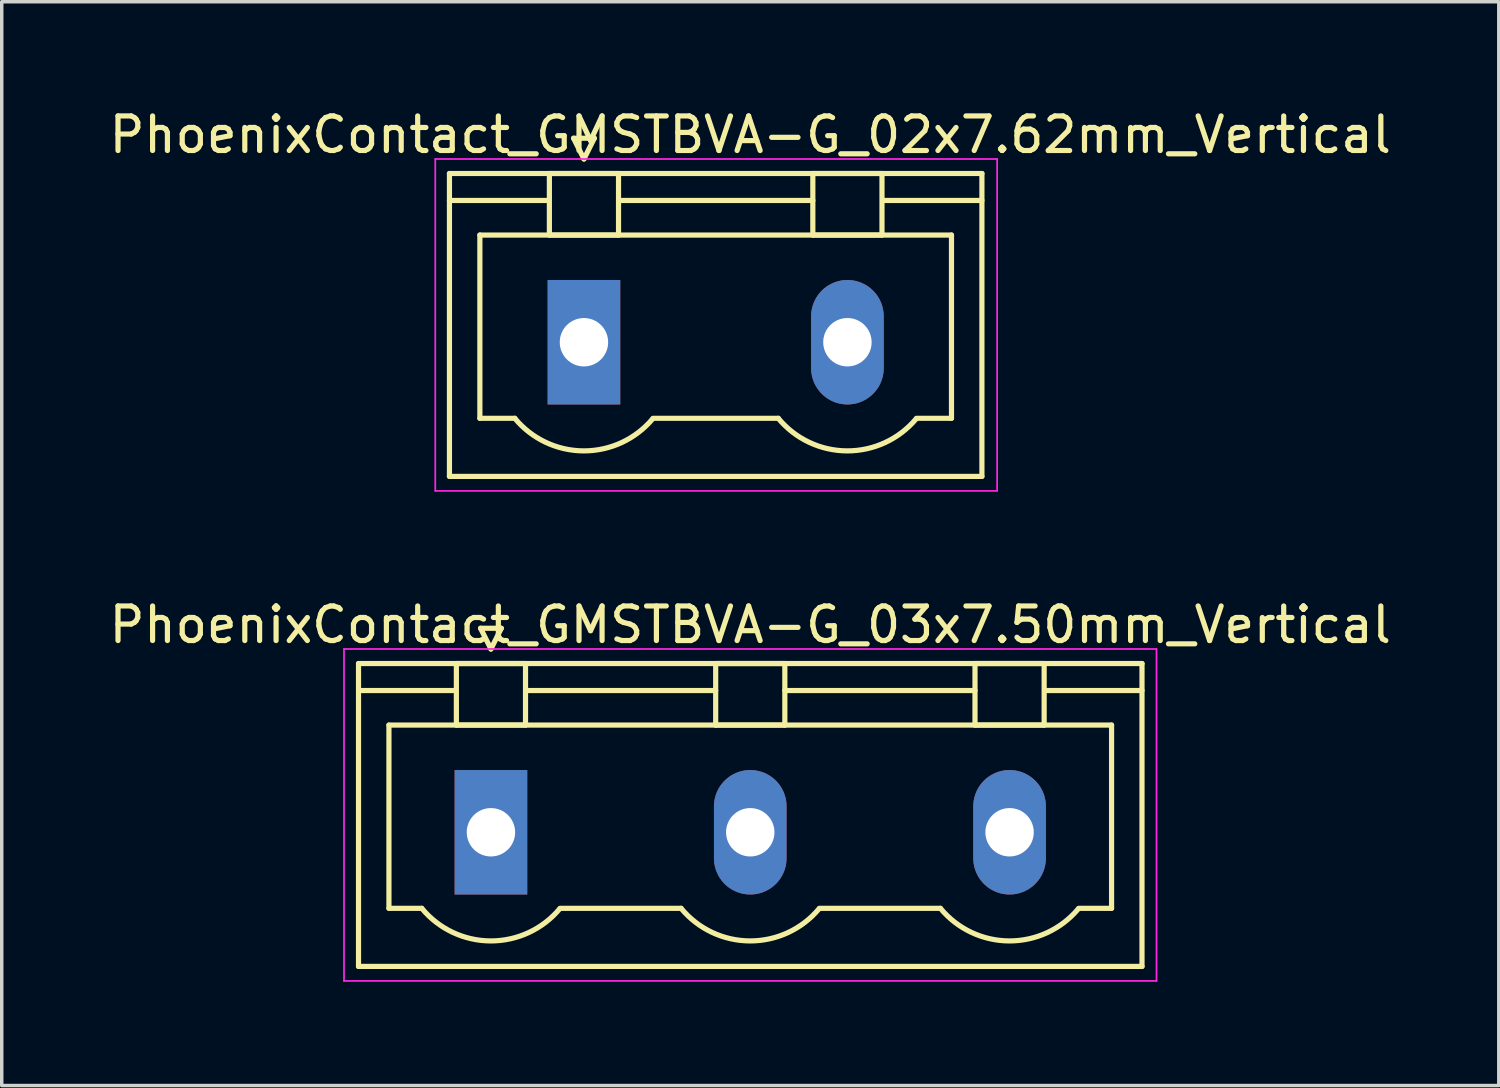
<source format=kicad_pcb>
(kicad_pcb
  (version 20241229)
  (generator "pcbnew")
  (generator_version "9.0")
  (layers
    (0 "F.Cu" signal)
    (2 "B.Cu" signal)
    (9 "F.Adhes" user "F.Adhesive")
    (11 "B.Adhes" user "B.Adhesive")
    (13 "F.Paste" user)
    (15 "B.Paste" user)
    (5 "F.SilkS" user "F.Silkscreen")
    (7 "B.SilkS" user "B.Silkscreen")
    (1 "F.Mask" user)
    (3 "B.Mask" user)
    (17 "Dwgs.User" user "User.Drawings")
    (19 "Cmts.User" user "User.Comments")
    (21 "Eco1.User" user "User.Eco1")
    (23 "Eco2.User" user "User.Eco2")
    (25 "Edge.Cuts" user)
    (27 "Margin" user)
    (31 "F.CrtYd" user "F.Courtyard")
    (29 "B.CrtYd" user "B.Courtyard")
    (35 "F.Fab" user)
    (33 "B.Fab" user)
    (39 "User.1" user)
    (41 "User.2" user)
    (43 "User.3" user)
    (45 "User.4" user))
  (footprint "PhoenixContact_GMSTBVA-G_03x7.50mm_Vertical"
    (layer "F.Cu")
    (at 11.149 21.021)
    (property "Reference" "PhoenixContact_GMSTBVA-G_03x7.50mm_Vertical" (at 7.5 -6 0) (layer "F.SilkS") (effects (font (size 1 1) (thickness 0.15))))
    (attr through_hole)
    (fp_line (start -3.83 -4.88) (end -3.83 3.88) (stroke (width 0.15) (type solid)) (layer "F.SilkS"))
    (fp_line (start -3.83 -4.1) (end -1.08 -4.1) (stroke (width 0.15) (type solid)) (layer "F.SilkS"))
    (fp_line (start -3.83 3.88) (end 18.83 3.88) (stroke (width 0.15) (type solid)) (layer "F.SilkS"))
    (fp_line (start -2.95 -3.1) (end 17.95 -3.1) (stroke (width 0.15) (type solid)) (layer "F.SilkS"))
    (fp_line (start -2.95 2.2) (end -2.95 -3.1) (stroke (width 0.15) (type solid)) (layer "F.SilkS"))
    (fp_line (start -2 2.2) (end -2.95 2.2) (stroke (width 0.15) (type solid)) (layer "F.SilkS"))
    (fp_line (start -1 -4.88) (end 1 -4.88) (stroke (width 0.15) (type solid)) (layer "F.SilkS"))
    (fp_line (start -1 -3.1) (end -1 -4.88) (stroke (width 0.15) (type solid)) (layer "F.SilkS"))
    (fp_line (start -0.3 -5.9) (end 0 -5.3) (stroke (width 0.15) (type solid)) (layer "F.SilkS"))
    (fp_line (start 0 -5.3) (end 0.3 -5.9) (stroke (width 0.15) (type solid)) (layer "F.SilkS"))
    (fp_line (start 0.3 -5.9) (end -0.3 -5.9) (stroke (width 0.15) (type solid)) (layer "F.SilkS"))
    (fp_line (start 1 -4.88) (end 1 -3.1) (stroke (width 0.15) (type solid)) (layer "F.SilkS"))
    (fp_line (start 1 -4.1) (end 6.5 -4.1) (stroke (width 0.15) (type solid)) (layer "F.SilkS"))
    (fp_line (start 1 -3.1) (end -1 -3.1) (stroke (width 0.15) (type solid)) (layer "F.SilkS"))
    (fp_line (start 2 2.2) (end 5.5 2.2) (stroke (width 0.15) (type solid)) (layer "F.SilkS"))
    (fp_line (start 6.5 -4.88) (end 8.5 -4.88) (stroke (width 0.15) (type solid)) (layer "F.SilkS"))
    (fp_line (start 6.5 -3.1) (end 6.5 -4.88) (stroke (width 0.15) (type solid)) (layer "F.SilkS"))
    (fp_line (start 8.5 -4.88) (end 8.5 -3.1) (stroke (width 0.15) (type solid)) (layer "F.SilkS"))
    (fp_line (start 8.5 -4.1) (end 14 -4.1) (stroke (width 0.15) (type solid)) (layer "F.SilkS"))
    (fp_line (start 8.5 -3.1) (end 6.5 -3.1) (stroke (width 0.15) (type solid)) (layer "F.SilkS"))
    (fp_line (start 9.5 2.2) (end 13 2.2) (stroke (width 0.15) (type solid)) (layer "F.SilkS"))
    (fp_line (start 14 -4.88) (end 16 -4.88) (stroke (width 0.15) (type solid)) (layer "F.SilkS"))
    (fp_line (start 14 -3.1) (end 14 -4.88) (stroke (width 0.15) (type solid)) (layer "F.SilkS"))
    (fp_line (start 16 -4.88) (end 16 -3.1) (stroke (width 0.15) (type solid)) (layer "F.SilkS"))
    (fp_line (start 16 -3.1) (end 14 -3.1) (stroke (width 0.15) (type solid)) (layer "F.SilkS"))
    (fp_line (start 17.95 -3.1) (end 17.95 2.2) (stroke (width 0.15) (type solid)) (layer "F.SilkS"))
    (fp_line (start 17.95 2.2) (end 17 2.2) (stroke (width 0.15) (type solid)) (layer "F.SilkS"))
    (fp_line (start 18.83 -4.88) (end -3.83 -4.88) (stroke (width 0.15) (type solid)) (layer "F.SilkS"))
    (fp_line (start 18.83 -4.1) (end 16.08 -4.1) (stroke (width 0.15) (type solid)) (layer "F.SilkS"))
    (fp_line (start 18.83 3.88) (end 18.83 -4.88) (stroke (width 0.15) (type solid)) (layer "F.SilkS"))
    (fp_arc (start 1.986842 2.215821) (mid -0.010289 3.142758) (end -2 2.2) (stroke (width 0.15) (type solid)) (layer "F.SilkS"))
    (fp_arc (start 9.486842 2.215821) (mid 7.489711 3.142758) (end 5.5 2.2) (stroke (width 0.15) (type solid)) (layer "F.SilkS"))
    (fp_arc (start 16.986842 2.215821) (mid 14.989711 3.142758) (end 13 2.2) (stroke (width 0.15) (type solid)) (layer "F.SilkS"))
    (fp_line (start -4.25 -5.3) (end -4.25 4.3) (stroke (width 0.05) (type solid)) (layer "F.CrtYd"))
    (fp_line (start -4.25 4.3) (end 19.25 4.3) (stroke (width 0.05) (type solid)) (layer "F.CrtYd"))
    (fp_line (start 19.25 -5.3) (end -4.25 -5.3) (stroke (width 0.05) (type solid)) (layer "F.CrtYd"))
    (fp_line (start 19.25 4.3) (end 19.25 -5.3) (stroke (width 0.05) (type solid)) (layer "F.CrtYd"))
    (pad "1" thru_hole rect (at 0 0) (size 2.1 3.6) (drill 1.4) (layers "*.Cu" "*.Mask"))
    (pad "2" thru_hole oval (at 7.5 0) (size 2.1 3.6) (drill 1.4) (layers "*.Cu" "*.Mask"))
    (pad "3" thru_hole oval (at 15 0) (size 2.1 3.6) (drill 1.4) (layers "*.Cu" "*.Mask")))
  (footprint "PhoenixContact_GMSTBVA-G_02x7.62mm_Vertical"
    (layer "F.Cu")
    (at 13.839 6.848)
    (property "Reference" "PhoenixContact_GMSTBVA-G_02x7.62mm_Vertical" (at 4.81 -6 0) (layer "F.SilkS") (effects (font (size 1 1) (thickness 0.15))))
    (attr through_hole)
    (fp_line (start -3.89 -4.88) (end -3.89 3.88) (stroke (width 0.15) (type solid)) (layer "F.SilkS"))
    (fp_line (start -3.89 -4.1) (end -1.08 -4.1) (stroke (width 0.15) (type solid)) (layer "F.SilkS"))
    (fp_line (start -3.89 3.88) (end 11.51 3.88) (stroke (width 0.15) (type solid)) (layer "F.SilkS"))
    (fp_line (start -3.01 -3.1) (end 10.63 -3.1) (stroke (width 0.15) (type solid)) (layer "F.SilkS"))
    (fp_line (start -3.01 2.2) (end -3.01 -3.1) (stroke (width 0.15) (type solid)) (layer "F.SilkS"))
    (fp_line (start -2 2.2) (end -3.01 2.2) (stroke (width 0.15) (type solid)) (layer "F.SilkS"))
    (fp_line (start -1 -4.88) (end 1 -4.88) (stroke (width 0.15) (type solid)) (layer "F.SilkS"))
    (fp_line (start -1 -3.1) (end -1 -4.88) (stroke (width 0.15) (type solid)) (layer "F.SilkS"))
    (fp_line (start -0.3 -5.9) (end 0 -5.3) (stroke (width 0.15) (type solid)) (layer "F.SilkS"))
    (fp_line (start 0 -5.3) (end 0.3 -5.9) (stroke (width 0.15) (type solid)) (layer "F.SilkS"))
    (fp_line (start 0.3 -5.9) (end -0.3 -5.9) (stroke (width 0.15) (type solid)) (layer "F.SilkS"))
    (fp_line (start 1 -4.88) (end 1 -3.1) (stroke (width 0.15) (type solid)) (layer "F.SilkS"))
    (fp_line (start 1 -4.1) (end 6.62 -4.1) (stroke (width 0.15) (type solid)) (layer "F.SilkS"))
    (fp_line (start 1 -3.1) (end -1 -3.1) (stroke (width 0.15) (type solid)) (layer "F.SilkS"))
    (fp_line (start 2 2.2) (end 5.62 2.2) (stroke (width 0.15) (type solid)) (layer "F.SilkS"))
    (fp_line (start 6.62 -4.88) (end 8.62 -4.88) (stroke (width 0.15) (type solid)) (layer "F.SilkS"))
    (fp_line (start 6.62 -3.1) (end 6.62 -4.88) (stroke (width 0.15) (type solid)) (layer "F.SilkS"))
    (fp_line (start 8.62 -4.88) (end 8.62 -3.1) (stroke (width 0.15) (type solid)) (layer "F.SilkS"))
    (fp_line (start 8.62 -3.1) (end 6.62 -3.1) (stroke (width 0.15) (type solid)) (layer "F.SilkS"))
    (fp_line (start 10.63 -3.1) (end 10.63 2.2) (stroke (width 0.15) (type solid)) (layer "F.SilkS"))
    (fp_line (start 10.63 2.2) (end 9.62 2.2) (stroke (width 0.15) (type solid)) (layer "F.SilkS"))
    (fp_line (start 11.51 -4.88) (end -3.89 -4.88) (stroke (width 0.15) (type solid)) (layer "F.SilkS"))
    (fp_line (start 11.51 -4.1) (end 8.7 -4.1) (stroke (width 0.15) (type solid)) (layer "F.SilkS"))
    (fp_line (start 11.51 3.88) (end 11.51 -4.88) (stroke (width 0.15) (type solid)) (layer "F.SilkS"))
    (fp_arc (start 1.986842 2.215821) (mid -0.010289 3.142758) (end -2 2.2) (stroke (width 0.15) (type solid)) (layer "F.SilkS"))
    (fp_arc (start 9.606842 2.215821) (mid 7.609711 3.142758) (end 5.62 2.2) (stroke (width 0.15) (type solid)) (layer "F.SilkS"))
    (fp_line (start -4.3 -5.3) (end -4.3 4.3) (stroke (width 0.05) (type solid)) (layer "F.CrtYd"))
    (fp_line (start -4.3 4.3) (end 11.95 4.3) (stroke (width 0.05) (type solid)) (layer "F.CrtYd"))
    (fp_line (start 11.95 -5.3) (end -4.3 -5.3) (stroke (width 0.05) (type solid)) (layer "F.CrtYd"))
    (fp_line (start 11.95 4.3) (end 11.95 -5.3) (stroke (width 0.05) (type solid)) (layer "F.CrtYd"))
    (pad "1" thru_hole rect (at 0 0) (size 2.1 3.6) (drill 1.4) (layers "*.Cu" "*.Mask"))
    (pad "2" thru_hole oval (at 7.62 0) (size 2.1 3.6) (drill 1.4) (layers "*.Cu" "*.Mask")))
  (gr_rect
    (start -3 -3)
    (end 40.298 28.346)
    (stroke (width 0.1) (type default))
    (fill no)
    (layer "Edge.Cuts")))
</source>
